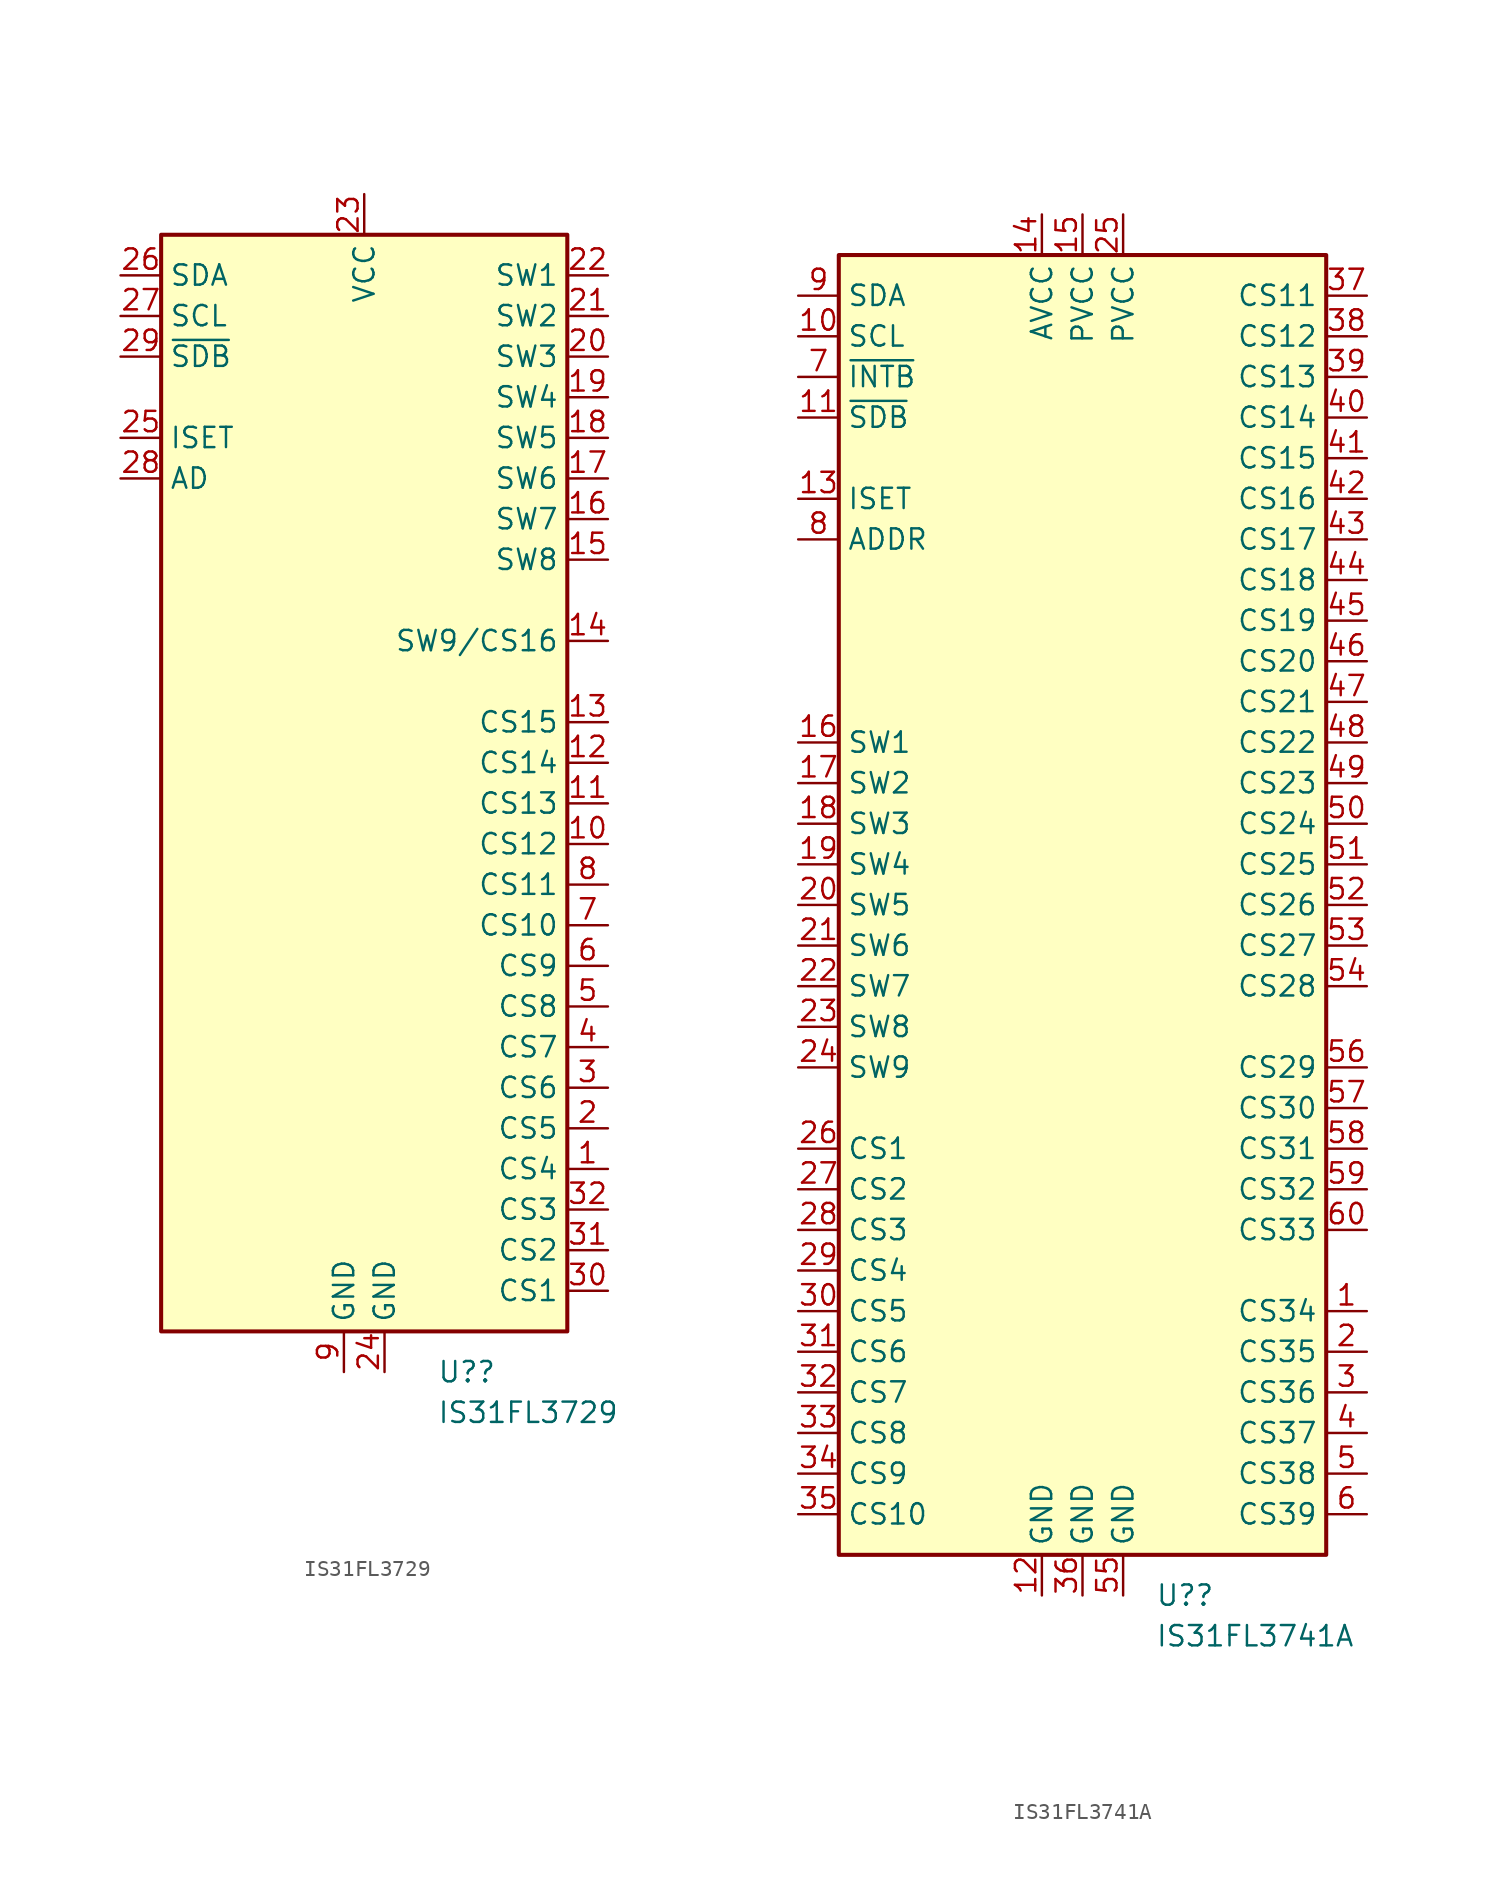
<source format=kicad_sym>
(kicad_symbol_lib
  (version 20220914)
  (generator kicad_symbol_editor)
  (symbol "IS31FL3729"
    (property "Reference" "U?"
      (at 4.559 -36.83 0)
      (effects (font (size 1.27 1.27)) (justify left)))
    (property "Value" "IS31FL3729"
      (at 4.559 -39.37 0)
      (effects (font (size 1.27 1.27)) (justify left)))
    (symbol "IS31FL3729_0_1"
      (rectangle (start -12.7 34.29) (end 12.7 -34.29) (stroke (width 0.254) (type default)) (fill (type background))))
    (symbol "IS31FL3729_1_1"
      (pin output line (at 15.24 -24.13 180) (length 2.54) (name "CS4" (effects (font (size 1.27 1.27)))) (number "1" (effects (font (size 1.27 1.27)))))
      (pin output line (at 15.24 -3.81 180) (length 2.54) (name "CS12" (effects (font (size 1.27 1.27)))) (number "10" (effects (font (size 1.27 1.27)))))
      (pin output line (at 15.24 -1.27 180) (length 2.54) (name "CS13" (effects (font (size 1.27 1.27)))) (number "11" (effects (font (size 1.27 1.27)))))
      (pin output line (at 15.24 1.27 180) (length 2.54) (name "CS14" (effects (font (size 1.27 1.27)))) (number "12" (effects (font (size 1.27 1.27)))))
      (pin output line (at 15.24 3.81 180) (length 2.54) (name "CS15" (effects (font (size 1.27 1.27)))) (number "13" (effects (font (size 1.27 1.27)))))
      (pin input line (at 15.24 8.89 180) (length 2.54) (name "SW9/CS16" (effects (font (size 1.27 1.27)))) (number "14" (effects (font (size 1.27 1.27)))))
      (pin input line (at 15.24 13.97 180) (length 2.54) (name "SW8" (effects (font (size 1.27 1.27)))) (number "15" (effects (font (size 1.27 1.27)))))
      (pin input line (at 15.24 16.51 180) (length 2.54) (name "SW7" (effects (font (size 1.27 1.27)))) (number "16" (effects (font (size 1.27 1.27)))))
      (pin input line (at 15.24 19.05 180) (length 2.54) (name "SW6" (effects (font (size 1.27 1.27)))) (number "17" (effects (font (size 1.27 1.27)))))
      (pin input line (at 15.24 21.59 180) (length 2.54) (name "SW5" (effects (font (size 1.27 1.27)))) (number "18" (effects (font (size 1.27 1.27)))))
      (pin input line (at 15.24 24.13 180) (length 2.54) (name "SW4" (effects (font (size 1.27 1.27)))) (number "19" (effects (font (size 1.27 1.27)))))
      (pin output line (at 15.24 -21.59 180) (length 2.54) (name "CS5" (effects (font (size 1.27 1.27)))) (number "2" (effects (font (size 1.27 1.27)))))
      (pin input line (at 15.24 26.67 180) (length 2.54) (name "SW3" (effects (font (size 1.27 1.27)))) (number "20" (effects (font (size 1.27 1.27)))))
      (pin input line (at 15.24 29.21 180) (length 2.54) (name "SW2" (effects (font (size 1.27 1.27)))) (number "21" (effects (font (size 1.27 1.27)))))
      (pin input line (at 15.24 31.75 180) (length 2.54) (name "SW1" (effects (font (size 1.27 1.27)))) (number "22" (effects (font (size 1.27 1.27)))))
      (pin power_in line (at 0 36.83 270) (length 2.54) (name "VCC" (effects (font (size 1.27 1.27)))) (number "23" (effects (font (size 1.27 1.27)))))
      (pin power_in line (at 1.27 -36.83 90) (length 2.54) (name "GND" (effects (font (size 1.27 1.27)))) (number "24" (effects (font (size 1.27 1.27)))))
      (pin passive line (at -15.24 21.59 0) (length 2.54) (name "ISET" (effects (font (size 1.27 1.27)))) (number "25" (effects (font (size 1.27 1.27)))))
      (pin bidirectional line (at -15.24 31.75 0) (length 2.54) (name "SDA" (effects (font (size 1.27 1.27)))) (number "26" (effects (font (size 1.27 1.27)))))
      (pin input line (at -15.24 29.21 0) (length 2.54) (name "SCL" (effects (font (size 1.27 1.27)))) (number "27" (effects (font (size 1.27 1.27)))))
      (pin input line (at -15.24 19.05 0) (length 2.54) (name "AD" (effects (font (size 1.27 1.27)))) (number "28" (effects (font (size 1.27 1.27)))))
      (pin input line (at -15.24 26.67 0) (length 2.54) (name "~{SDB}" (effects (font (size 1.27 1.27)))) (number "29" (effects (font (size 1.27 1.27)))))
      (pin output line (at 15.24 -19.05 180) (length 2.54) (name "CS6" (effects (font (size 1.27 1.27)))) (number "3" (effects (font (size 1.27 1.27)))))
      (pin output line (at 15.24 -31.75 180) (length 2.54) (name "CS1" (effects (font (size 1.27 1.27)))) (number "30" (effects (font (size 1.27 1.27)))))
      (pin output line (at 15.24 -29.21 180) (length 2.54) (name "CS2" (effects (font (size 1.27 1.27)))) (number "31" (effects (font (size 1.27 1.27)))))
      (pin output line (at 15.24 -26.67 180) (length 2.54) (name "CS3" (effects (font (size 1.27 1.27)))) (number "32" (effects (font (size 1.27 1.27)))))
      (pin passive line (at 0 -36.83 90) (length 2.54) hide (name "GND" (effects (font (size 1.27 1.27)))) (number "33" (effects (font (size 1.27 1.27)))))
      (pin output line (at 15.24 -16.51 180) (length 2.54) (name "CS7" (effects (font (size 1.27 1.27)))) (number "4" (effects (font (size 1.27 1.27)))))
      (pin output line (at 15.24 -13.97 180) (length 2.54) (name "CS8" (effects (font (size 1.27 1.27)))) (number "5" (effects (font (size 1.27 1.27)))))
      (pin output line (at 15.24 -11.43 180) (length 2.54) (name "CS9" (effects (font (size 1.27 1.27)))) (number "6" (effects (font (size 1.27 1.27)))))
      (pin output line (at 15.24 -8.89 180) (length 2.54) (name "CS10" (effects (font (size 1.27 1.27)))) (number "7" (effects (font (size 1.27 1.27)))))
      (pin output line (at 15.24 -6.35 180) (length 2.54) (name "CS11" (effects (font (size 1.27 1.27)))) (number "8" (effects (font (size 1.27 1.27)))))
      (pin power_in line (at -1.27 -36.83 90) (length 2.54) (name "GND" (effects (font (size 1.27 1.27)))) (number "9" (effects (font (size 1.27 1.27)))))))
  (symbol "IS31FL3741A"
    (property "Reference" "U?"
      (at 4.559 -43.18 0)
      (effects (font (size 1.27 1.27)) (justify left)))
    (property "Value" "IS31FL3741A"
      (at 4.559 -45.72 0)
      (effects (font (size 1.27 1.27)) (justify left)))
    (symbol "IS31FL3741A_0_1"
      (rectangle (start -15.24 40.64) (end 15.24 -40.64) (stroke (width 0.254) (type default)) (fill (type background))))
    (symbol "IS31FL3741A_1_1"
      (pin output line (at 17.78 -25.4 180) (length 2.54) (name "CS34" (effects (font (size 1.27 1.27)))) (number "1" (effects (font (size 1.27 1.27)))))
      (pin input line (at -17.78 35.56 0) (length 2.54) (name "SCL" (effects (font (size 1.27 1.27)))) (number "10" (effects (font (size 1.27 1.27)))))
      (pin input line (at -17.78 30.48 0) (length 2.54) (name "~{SDB}" (effects (font (size 1.27 1.27)))) (number "11" (effects (font (size 1.27 1.27)))))
      (pin power_in line (at -2.54 -43.18 90) (length 2.54) (name "GND" (effects (font (size 1.27 1.27)))) (number "12" (effects (font (size 1.27 1.27)))))
      (pin passive line (at -17.78 25.4 0) (length 2.54) (name "ISET" (effects (font (size 1.27 1.27)))) (number "13" (effects (font (size 1.27 1.27)))))
      (pin power_in line (at -2.54 43.18 270) (length 2.54) (name "AVCC" (effects (font (size 1.27 1.27)))) (number "14" (effects (font (size 1.27 1.27)))))
      (pin power_in line (at 0 43.18 270) (length 2.54) (name "PVCC" (effects (font (size 1.27 1.27)))) (number "15" (effects (font (size 1.27 1.27)))))
      (pin input line (at -17.78 10.16 0) (length 2.54) (name "SW1" (effects (font (size 1.27 1.27)))) (number "16" (effects (font (size 1.27 1.27)))))
      (pin input line (at -17.78 7.62 0) (length 2.54) (name "SW2" (effects (font (size 1.27 1.27)))) (number "17" (effects (font (size 1.27 1.27)))))
      (pin input line (at -17.78 5.08 0) (length 2.54) (name "SW3" (effects (font (size 1.27 1.27)))) (number "18" (effects (font (size 1.27 1.27)))))
      (pin input line (at -17.78 2.54 0) (length 2.54) (name "SW4" (effects (font (size 1.27 1.27)))) (number "19" (effects (font (size 1.27 1.27)))))
      (pin output line (at 17.78 -27.94 180) (length 2.54) (name "CS35" (effects (font (size 1.27 1.27)))) (number "2" (effects (font (size 1.27 1.27)))))
      (pin input line (at -17.78 0 0) (length 2.54) (name "SW5" (effects (font (size 1.27 1.27)))) (number "20" (effects (font (size 1.27 1.27)))))
      (pin input line (at -17.78 -2.54 0) (length 2.54) (name "SW6" (effects (font (size 1.27 1.27)))) (number "21" (effects (font (size 1.27 1.27)))))
      (pin input line (at -17.78 -5.08 0) (length 2.54) (name "SW7" (effects (font (size 1.27 1.27)))) (number "22" (effects (font (size 1.27 1.27)))))
      (pin input line (at -17.78 -7.62 0) (length 2.54) (name "SW8" (effects (font (size 1.27 1.27)))) (number "23" (effects (font (size 1.27 1.27)))))
      (pin input line (at -17.78 -10.16 0) (length 2.54) (name "SW9" (effects (font (size 1.27 1.27)))) (number "24" (effects (font (size 1.27 1.27)))))
      (pin power_in line (at 2.54 43.18 270) (length 2.54) (name "PVCC" (effects (font (size 1.27 1.27)))) (number "25" (effects (font (size 1.27 1.27)))))
      (pin output line (at -17.78 -15.24 0) (length 2.54) (name "CS1" (effects (font (size 1.27 1.27)))) (number "26" (effects (font (size 1.27 1.27)))))
      (pin output line (at -17.78 -17.78 0) (length 2.54) (name "CS2" (effects (font (size 1.27 1.27)))) (number "27" (effects (font (size 1.27 1.27)))))
      (pin output line (at -17.78 -20.32 0) (length 2.54) (name "CS3" (effects (font (size 1.27 1.27)))) (number "28" (effects (font (size 1.27 1.27)))))
      (pin output line (at -17.78 -22.86 0) (length 2.54) (name "CS4" (effects (font (size 1.27 1.27)))) (number "29" (effects (font (size 1.27 1.27)))))
      (pin output line (at 17.78 -30.48 180) (length 2.54) (name "CS36" (effects (font (size 1.27 1.27)))) (number "3" (effects (font (size 1.27 1.27)))))
      (pin output line (at -17.78 -25.4 0) (length 2.54) (name "CS5" (effects (font (size 1.27 1.27)))) (number "30" (effects (font (size 1.27 1.27)))))
      (pin output line (at -17.78 -27.94 0) (length 2.54) (name "CS6" (effects (font (size 1.27 1.27)))) (number "31" (effects (font (size 1.27 1.27)))))
      (pin output line (at -17.78 -30.48 0) (length 2.54) (name "CS7" (effects (font (size 1.27 1.27)))) (number "32" (effects (font (size 1.27 1.27)))))
      (pin output line (at -17.78 -33.02 0) (length 2.54) (name "CS8" (effects (font (size 1.27 1.27)))) (number "33" (effects (font (size 1.27 1.27)))))
      (pin output line (at -17.78 -35.56 0) (length 2.54) (name "CS9" (effects (font (size 1.27 1.27)))) (number "34" (effects (font (size 1.27 1.27)))))
      (pin output line (at -17.78 -38.1 0) (length 2.54) (name "CS10" (effects (font (size 1.27 1.27)))) (number "35" (effects (font (size 1.27 1.27)))))
      (pin power_in line (at 0 -43.18 90) (length 2.54) (name "GND" (effects (font (size 1.27 1.27)))) (number "36" (effects (font (size 1.27 1.27)))))
      (pin output line (at 17.78 38.1 180) (length 2.54) (name "CS11" (effects (font (size 1.27 1.27)))) (number "37" (effects (font (size 1.27 1.27)))))
      (pin output line (at 17.78 35.56 180) (length 2.54) (name "CS12" (effects (font (size 1.27 1.27)))) (number "38" (effects (font (size 1.27 1.27)))))
      (pin output line (at 17.78 33.02 180) (length 2.54) (name "CS13" (effects (font (size 1.27 1.27)))) (number "39" (effects (font (size 1.27 1.27)))))
      (pin output line (at 17.78 -33.02 180) (length 2.54) (name "CS37" (effects (font (size 1.27 1.27)))) (number "4" (effects (font (size 1.27 1.27)))))
      (pin output line (at 17.78 30.48 180) (length 2.54) (name "CS14" (effects (font (size 1.27 1.27)))) (number "40" (effects (font (size 1.27 1.27)))))
      (pin output line (at 17.78 27.94 180) (length 2.54) (name "CS15" (effects (font (size 1.27 1.27)))) (number "41" (effects (font (size 1.27 1.27)))))
      (pin output line (at 17.78 25.4 180) (length 2.54) (name "CS16" (effects (font (size 1.27 1.27)))) (number "42" (effects (font (size 1.27 1.27)))))
      (pin output line (at 17.78 22.86 180) (length 2.54) (name "CS17" (effects (font (size 1.27 1.27)))) (number "43" (effects (font (size 1.27 1.27)))))
      (pin output line (at 17.78 20.32 180) (length 2.54) (name "CS18" (effects (font (size 1.27 1.27)))) (number "44" (effects (font (size 1.27 1.27)))))
      (pin output line (at 17.78 17.78 180) (length 2.54) (name "CS19" (effects (font (size 1.27 1.27)))) (number "45" (effects (font (size 1.27 1.27)))))
      (pin output line (at 17.78 15.24 180) (length 2.54) (name "CS20" (effects (font (size 1.27 1.27)))) (number "46" (effects (font (size 1.27 1.27)))))
      (pin output line (at 17.78 12.7 180) (length 2.54) (name "CS21" (effects (font (size 1.27 1.27)))) (number "47" (effects (font (size 1.27 1.27)))))
      (pin output line (at 17.78 10.16 180) (length 2.54) (name "CS22" (effects (font (size 1.27 1.27)))) (number "48" (effects (font (size 1.27 1.27)))))
      (pin output line (at 17.78 7.62 180) (length 2.54) (name "CS23" (effects (font (size 1.27 1.27)))) (number "49" (effects (font (size 1.27 1.27)))))
      (pin output line (at 17.78 -35.56 180) (length 2.54) (name "CS38" (effects (font (size 1.27 1.27)))) (number "5" (effects (font (size 1.27 1.27)))))
      (pin output line (at 17.78 5.08 180) (length 2.54) (name "CS24" (effects (font (size 1.27 1.27)))) (number "50" (effects (font (size 1.27 1.27)))))
      (pin output line (at 17.78 2.54 180) (length 2.54) (name "CS25" (effects (font (size 1.27 1.27)))) (number "51" (effects (font (size 1.27 1.27)))))
      (pin output line (at 17.78 0 180) (length 2.54) (name "CS26" (effects (font (size 1.27 1.27)))) (number "52" (effects (font (size 1.27 1.27)))))
      (pin output line (at 17.78 -2.54 180) (length 2.54) (name "CS27" (effects (font (size 1.27 1.27)))) (number "53" (effects (font (size 1.27 1.27)))))
      (pin output line (at 17.78 -5.08 180) (length 2.54) (name "CS28" (effects (font (size 1.27 1.27)))) (number "54" (effects (font (size 1.27 1.27)))))
      (pin power_in line (at 2.54 -43.18 90) (length 2.54) (name "GND" (effects (font (size 1.27 1.27)))) (number "55" (effects (font (size 1.27 1.27)))))
      (pin output line (at 17.78 -10.16 180) (length 2.54) (name "CS29" (effects (font (size 1.27 1.27)))) (number "56" (effects (font (size 1.27 1.27)))))
      (pin output line (at 17.78 -12.7 180) (length 2.54) (name "CS30" (effects (font (size 1.27 1.27)))) (number "57" (effects (font (size 1.27 1.27)))))
      (pin output line (at 17.78 -15.24 180) (length 2.54) (name "CS31" (effects (font (size 1.27 1.27)))) (number "58" (effects (font (size 1.27 1.27)))))
      (pin output line (at 17.78 -17.78 180) (length 2.54) (name "CS32" (effects (font (size 1.27 1.27)))) (number "59" (effects (font (size 1.27 1.27)))))
      (pin output line (at 17.78 -38.1 180) (length 2.54) (name "CS39" (effects (font (size 1.27 1.27)))) (number "6" (effects (font (size 1.27 1.27)))))
      (pin output line (at 17.78 -20.32 180) (length 2.54) (name "CS33" (effects (font (size 1.27 1.27)))) (number "60" (effects (font (size 1.27 1.27)))))
      (pin passive line (at 0 -43.18 90) (length 2.54) hide (name "GND" (effects (font (size 1.27 1.27)))) (number "61" (effects (font (size 1.27 1.27)))))
      (pin open_collector line (at -17.78 33.02 0) (length 2.54) (name "~{INTB}" (effects (font (size 1.27 1.27)))) (number "7" (effects (font (size 1.27 1.27)))))
      (pin input line (at -17.78 22.86 0) (length 2.54) (name "ADDR" (effects (font (size 1.27 1.27)))) (number "8" (effects (font (size 1.27 1.27)))))
      (pin bidirectional line (at -17.78 38.1 0) (length 2.54) (name "SDA" (effects (font (size 1.27 1.27)))) (number "9" (effects (font (size 1.27 1.27))))))))
</source>
